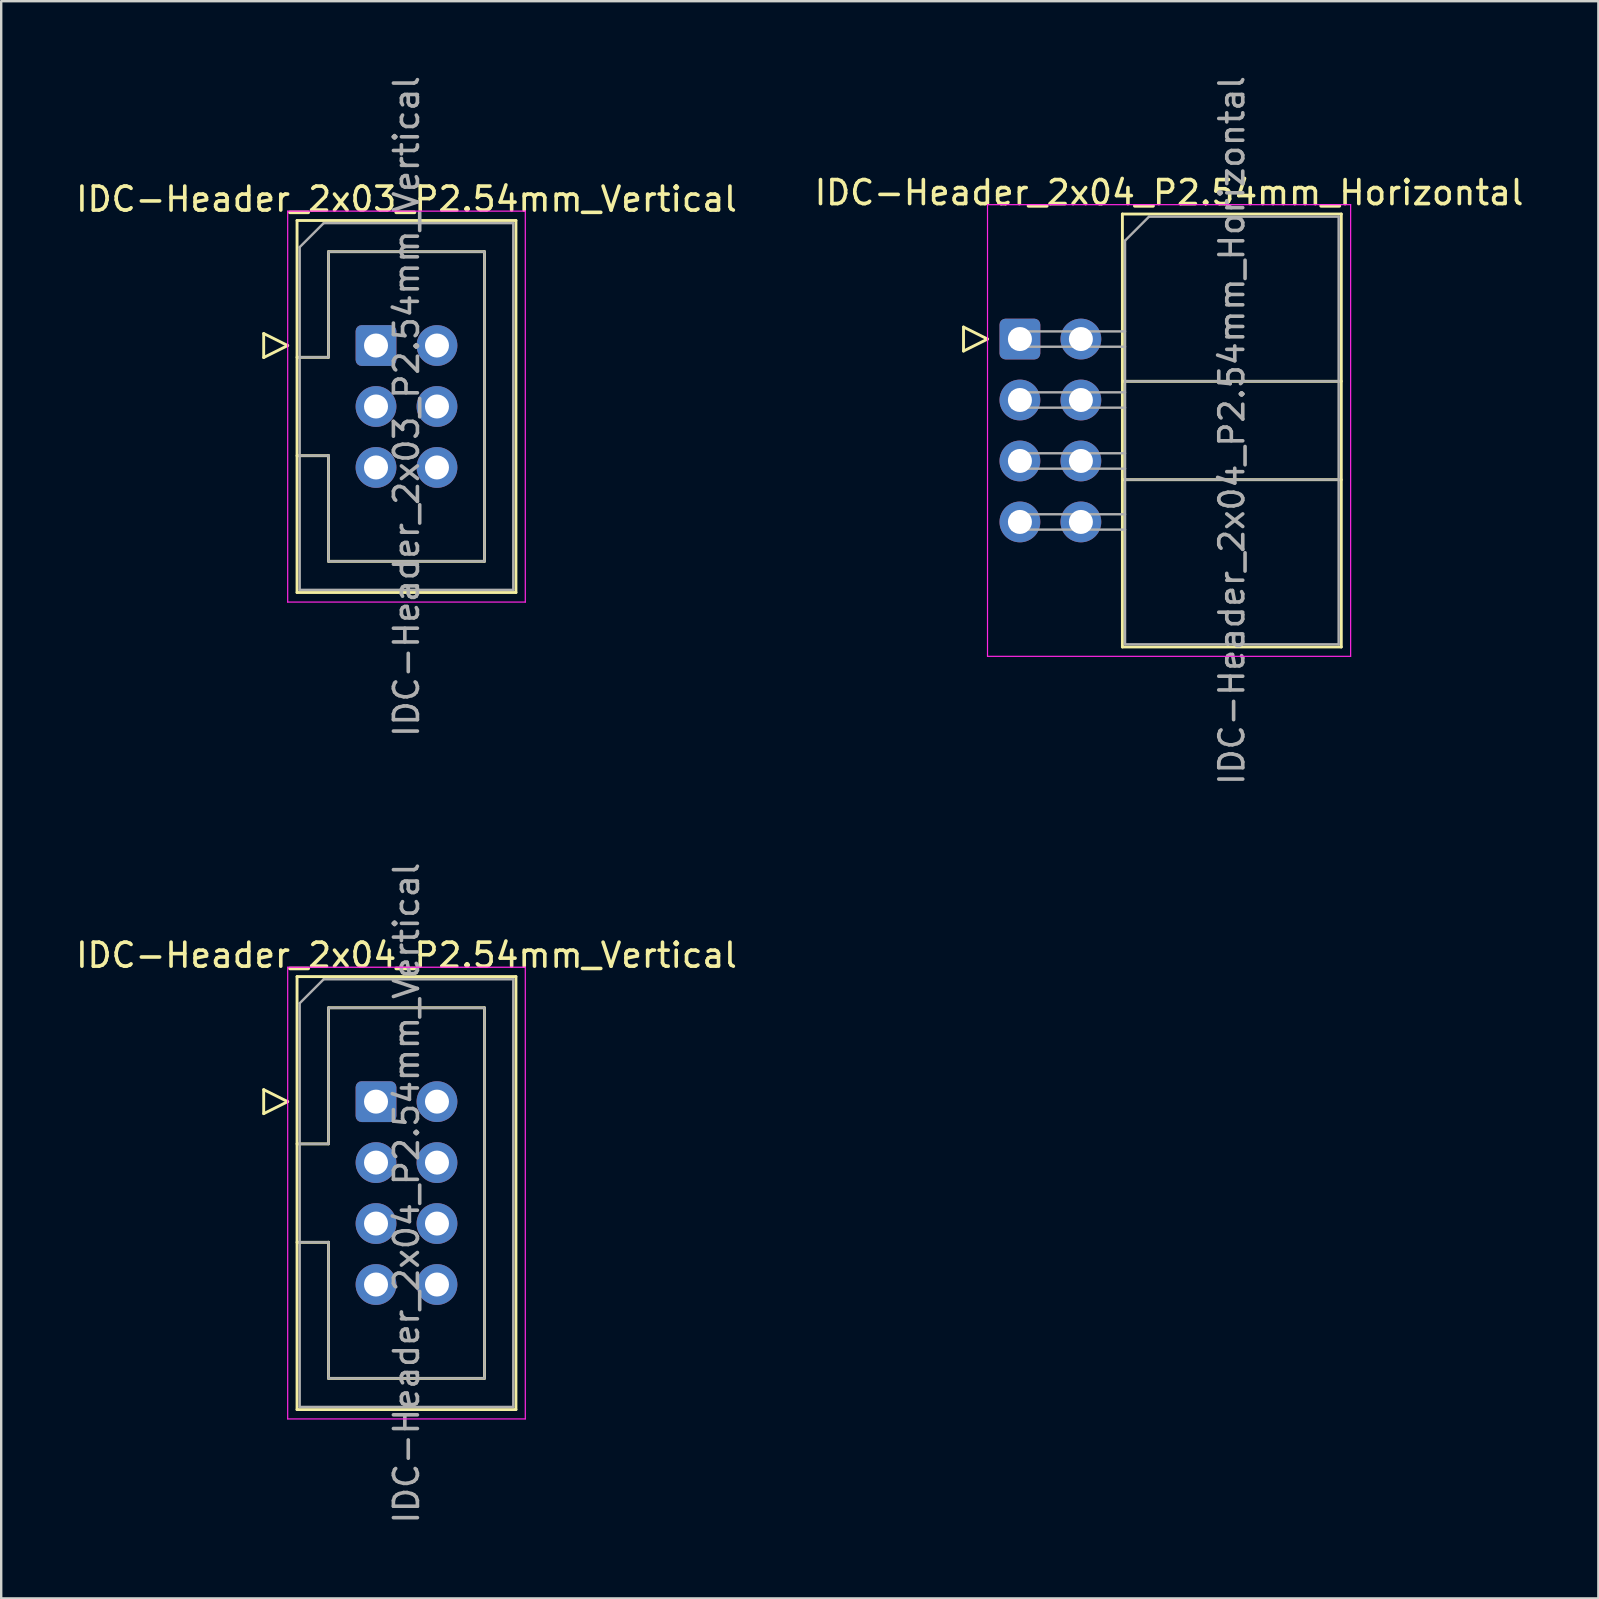
<source format=kicad_pcb>
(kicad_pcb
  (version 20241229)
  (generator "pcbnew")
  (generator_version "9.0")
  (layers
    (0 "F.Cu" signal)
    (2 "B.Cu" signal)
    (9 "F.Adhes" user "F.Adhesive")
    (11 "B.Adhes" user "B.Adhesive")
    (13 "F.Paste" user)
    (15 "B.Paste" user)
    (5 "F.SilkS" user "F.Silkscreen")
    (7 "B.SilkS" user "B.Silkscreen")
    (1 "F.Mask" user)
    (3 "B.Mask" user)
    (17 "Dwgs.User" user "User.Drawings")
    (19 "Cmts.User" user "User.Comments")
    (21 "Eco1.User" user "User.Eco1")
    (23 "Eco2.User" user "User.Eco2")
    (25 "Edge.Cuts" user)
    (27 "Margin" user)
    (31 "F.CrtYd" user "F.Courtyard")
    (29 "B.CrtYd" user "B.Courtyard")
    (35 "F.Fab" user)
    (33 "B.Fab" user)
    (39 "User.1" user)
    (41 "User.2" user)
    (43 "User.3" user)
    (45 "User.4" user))
  (footprint "IDC-Header_2x04_P2.54mm_Horizontal"
    (layer "F.Cu")
    (at 39.446 11.077)
    (property "Reference" "IDC-Header_2x04_P2.54mm_Horizontal" (at 6.215 -6.1 0) (layer "F.SilkS") (effects (font (size 1 1) (thickness 0.15))))
    (attr through_hole)
    (fp_line (start -2.35 -0.5) (end -2.35 0.5) (stroke (width 0.12) (type solid)) (layer "F.SilkS"))
    (fp_line (start -2.35 0.5) (end -1.35 0) (stroke (width 0.12) (type solid)) (layer "F.SilkS"))
    (fp_line (start -1.35 0) (end -2.35 -0.5) (stroke (width 0.12) (type solid)) (layer "F.SilkS"))
    (fp_line (start 4.27 -5.21) (end 13.39 -5.21) (stroke (width 0.12) (type solid)) (layer "F.SilkS"))
    (fp_line (start 4.27 1.76) (end 13.39 1.76) (stroke (width 0.12) (type solid)) (layer "F.SilkS"))
    (fp_line (start 4.27 5.86) (end 13.39 5.86) (stroke (width 0.12) (type solid)) (layer "F.SilkS"))
    (fp_line (start 4.27 12.83) (end 4.27 -5.21) (stroke (width 0.12) (type solid)) (layer "F.SilkS"))
    (fp_line (start 13.39 -5.21) (end 13.39 12.83) (stroke (width 0.12) (type solid)) (layer "F.SilkS"))
    (fp_line (start 13.39 12.83) (end 4.27 12.83) (stroke (width 0.12) (type solid)) (layer "F.SilkS"))
    (fp_line (start -1.35 -5.6) (end -1.35 13.22) (stroke (width 0.05) (type solid)) (layer "F.CrtYd"))
    (fp_line (start -1.35 13.22) (end 13.78 13.22) (stroke (width 0.05) (type solid)) (layer "F.CrtYd"))
    (fp_line (start 13.78 -5.6) (end -1.35 -5.6) (stroke (width 0.05) (type solid)) (layer "F.CrtYd"))
    (fp_line (start 13.78 13.22) (end 13.78 -5.6) (stroke (width 0.05) (type solid)) (layer "F.CrtYd"))
    (fp_line (start -0.32 -0.32) (end -0.32 0.32) (stroke (width 0.1) (type solid)) (layer "F.Fab"))
    (fp_line (start -0.32 0.32) (end 4.38 0.32) (stroke (width 0.1) (type solid)) (layer "F.Fab"))
    (fp_line (start -0.32 2.22) (end -0.32 2.86) (stroke (width 0.1) (type solid)) (layer "F.Fab"))
    (fp_line (start -0.32 2.86) (end 4.38 2.86) (stroke (width 0.1) (type solid)) (layer "F.Fab"))
    (fp_line (start -0.32 4.76) (end -0.32 5.4) (stroke (width 0.1) (type solid)) (layer "F.Fab"))
    (fp_line (start -0.32 5.4) (end 4.38 5.4) (stroke (width 0.1) (type solid)) (layer "F.Fab"))
    (fp_line (start -0.32 7.3) (end -0.32 7.94) (stroke (width 0.1) (type solid)) (layer "F.Fab"))
    (fp_line (start -0.32 7.94) (end 4.38 7.94) (stroke (width 0.1) (type solid)) (layer "F.Fab"))
    (fp_line (start 4.38 -4.1) (end 5.38 -5.1) (stroke (width 0.1) (type solid)) (layer "F.Fab"))
    (fp_line (start 4.38 -0.32) (end -0.32 -0.32) (stroke (width 0.1) (type solid)) (layer "F.Fab"))
    (fp_line (start 4.38 1.76) (end 13.28 1.76) (stroke (width 0.1) (type solid)) (layer "F.Fab"))
    (fp_line (start 4.38 2.22) (end -0.32 2.22) (stroke (width 0.1) (type solid)) (layer "F.Fab"))
    (fp_line (start 4.38 4.76) (end -0.32 4.76) (stroke (width 0.1) (type solid)) (layer "F.Fab"))
    (fp_line (start 4.38 5.86) (end 13.28 5.86) (stroke (width 0.1) (type solid)) (layer "F.Fab"))
    (fp_line (start 4.38 7.3) (end -0.32 7.3) (stroke (width 0.1) (type solid)) (layer "F.Fab"))
    (fp_line (start 4.38 12.72) (end 4.38 -4.1) (stroke (width 0.1) (type solid)) (layer "F.Fab"))
    (fp_line (start 5.38 -5.1) (end 13.28 -5.1) (stroke (width 0.1) (type solid)) (layer "F.Fab"))
    (fp_line (start 13.28 -5.1) (end 13.28 12.72) (stroke (width 0.1) (type solid)) (layer "F.Fab"))
    (fp_line (start 13.28 12.72) (end 4.38 12.72) (stroke (width 0.1) (type solid)) (layer "F.Fab"))
    (fp_text user "${REFERENCE}" (at 8.83 3.81 90) (layer "F.Fab") (effects (font (size 1 1) (thickness 0.15))))
    (pad "1" thru_hole roundrect (at 0 0) (size 1.7 1.7) (drill 1) (layers "*.Cu" "*.Mask") (roundrect_rratio 0.147))
    (pad "2" thru_hole circle (at 2.54 0) (size 1.7 1.7) (drill 1) (layers "*.Cu" "*.Mask"))
    (pad "3" thru_hole circle (at 0 2.54) (size 1.7 1.7) (drill 1) (layers "*.Cu" "*.Mask"))
    (pad "4" thru_hole circle (at 2.54 2.54) (size 1.7 1.7) (drill 1) (layers "*.Cu" "*.Mask"))
    (pad "5" thru_hole circle (at 0 5.08) (size 1.7 1.7) (drill 1) (layers "*.Cu" "*.Mask"))
    (pad "6" thru_hole circle (at 2.54 5.08) (size 1.7 1.7) (drill 1) (layers "*.Cu" "*.Mask"))
    (pad "7" thru_hole circle (at 0 7.62) (size 1.7 1.7) (drill 1) (layers "*.Cu" "*.Mask"))
    (pad "8" thru_hole circle (at 2.54 7.62) (size 1.7 1.7) (drill 1) (layers "*.Cu" "*.Mask")))
  (footprint "IDC-Header_2x04_P2.54mm_Vertical"
    (layer "F.Cu")
    (at 12.617 42.851)
    (property "Reference" "IDC-Header_2x04_P2.54mm_Vertical" (at 1.27 -6.1 0) (layer "F.SilkS") (effects (font (size 1 1) (thickness 0.15))))
    (attr through_hole)
    (fp_line (start -4.68 -0.5) (end -4.68 0.5) (stroke (width 0.12) (type solid)) (layer "F.SilkS"))
    (fp_line (start -4.68 0.5) (end -3.68 0) (stroke (width 0.12) (type solid)) (layer "F.SilkS"))
    (fp_line (start -3.68 0) (end -4.68 -0.5) (stroke (width 0.12) (type solid)) (layer "F.SilkS"))
    (fp_line (start -3.29 -5.21) (end 5.83 -5.21) (stroke (width 0.12) (type solid)) (layer "F.SilkS"))
    (fp_line (start -3.29 1.76) (end -1.98 1.76) (stroke (width 0.12) (type solid)) (layer "F.SilkS"))
    (fp_line (start -3.29 12.83) (end -3.29 -5.21) (stroke (width 0.12) (type solid)) (layer "F.SilkS"))
    (fp_line (start -1.98 -3.91) (end 4.52 -3.91) (stroke (width 0.12) (type solid)) (layer "F.SilkS"))
    (fp_line (start -1.98 1.76) (end -1.98 -3.91) (stroke (width 0.12) (type solid)) (layer "F.SilkS"))
    (fp_line (start -1.98 5.86) (end -3.29 5.86) (stroke (width 0.12) (type solid)) (layer "F.SilkS"))
    (fp_line (start -1.98 5.86) (end -1.98 5.86) (stroke (width 0.12) (type solid)) (layer "F.SilkS"))
    (fp_line (start -1.98 11.53) (end -1.98 5.86) (stroke (width 0.12) (type solid)) (layer "F.SilkS"))
    (fp_line (start 4.52 -3.91) (end 4.52 11.53) (stroke (width 0.12) (type solid)) (layer "F.SilkS"))
    (fp_line (start 4.52 11.53) (end -1.98 11.53) (stroke (width 0.12) (type solid)) (layer "F.SilkS"))
    (fp_line (start 5.83 -5.21) (end 5.83 12.83) (stroke (width 0.12) (type solid)) (layer "F.SilkS"))
    (fp_line (start 5.83 12.83) (end -3.29 12.83) (stroke (width 0.12) (type solid)) (layer "F.SilkS"))
    (fp_line (start -3.68 -5.6) (end -3.68 13.22) (stroke (width 0.05) (type solid)) (layer "F.CrtYd"))
    (fp_line (start -3.68 13.22) (end 6.22 13.22) (stroke (width 0.05) (type solid)) (layer "F.CrtYd"))
    (fp_line (start 6.22 -5.6) (end -3.68 -5.6) (stroke (width 0.05) (type solid)) (layer "F.CrtYd"))
    (fp_line (start 6.22 13.22) (end 6.22 -5.6) (stroke (width 0.05) (type solid)) (layer "F.CrtYd"))
    (fp_line (start -3.18 -4.1) (end -2.18 -5.1) (stroke (width 0.1) (type solid)) (layer "F.Fab"))
    (fp_line (start -3.18 1.76) (end -1.98 1.76) (stroke (width 0.1) (type solid)) (layer "F.Fab"))
    (fp_line (start -3.18 12.72) (end -3.18 -4.1) (stroke (width 0.1) (type solid)) (layer "F.Fab"))
    (fp_line (start -2.18 -5.1) (end 5.72 -5.1) (stroke (width 0.1) (type solid)) (layer "F.Fab"))
    (fp_line (start -1.98 -3.91) (end 4.52 -3.91) (stroke (width 0.1) (type solid)) (layer "F.Fab"))
    (fp_line (start -1.98 1.76) (end -1.98 -3.91) (stroke (width 0.1) (type solid)) (layer "F.Fab"))
    (fp_line (start -1.98 5.86) (end -3.18 5.86) (stroke (width 0.1) (type solid)) (layer "F.Fab"))
    (fp_line (start -1.98 5.86) (end -1.98 5.86) (stroke (width 0.1) (type solid)) (layer "F.Fab"))
    (fp_line (start -1.98 11.53) (end -1.98 5.86) (stroke (width 0.1) (type solid)) (layer "F.Fab"))
    (fp_line (start 4.52 -3.91) (end 4.52 11.53) (stroke (width 0.1) (type solid)) (layer "F.Fab"))
    (fp_line (start 4.52 11.53) (end -1.98 11.53) (stroke (width 0.1) (type solid)) (layer "F.Fab"))
    (fp_line (start 5.72 -5.1) (end 5.72 12.72) (stroke (width 0.1) (type solid)) (layer "F.Fab"))
    (fp_line (start 5.72 12.72) (end -3.18 12.72) (stroke (width 0.1) (type solid)) (layer "F.Fab"))
    (fp_text user "${REFERENCE}" (at 1.27 3.81 90) (layer "F.Fab") (effects (font (size 1 1) (thickness 0.15))))
    (pad "1" thru_hole roundrect (at 0 0) (size 1.7 1.7) (drill 1) (layers "*.Cu" "*.Mask") (roundrect_rratio 0.147))
    (pad "2" thru_hole circle (at 2.54 0) (size 1.7 1.7) (drill 1) (layers "*.Cu" "*.Mask"))
    (pad "3" thru_hole circle (at 0 2.54) (size 1.7 1.7) (drill 1) (layers "*.Cu" "*.Mask"))
    (pad "4" thru_hole circle (at 2.54 2.54) (size 1.7 1.7) (drill 1) (layers "*.Cu" "*.Mask"))
    (pad "5" thru_hole circle (at 0 5.08) (size 1.7 1.7) (drill 1) (layers "*.Cu" "*.Mask"))
    (pad "6" thru_hole circle (at 2.54 5.08) (size 1.7 1.7) (drill 1) (layers "*.Cu" "*.Mask"))
    (pad "7" thru_hole circle (at 0 7.62) (size 1.7 1.7) (drill 1) (layers "*.Cu" "*.Mask"))
    (pad "8" thru_hole circle (at 2.54 7.62) (size 1.7 1.7) (drill 1) (layers "*.Cu" "*.Mask")))
  (footprint "IDC-Header_2x03_P2.54mm_Vertical"
    (layer "F.Cu")
    (at 12.617 11.347)
    (property "Reference" "IDC-Header_2x03_P2.54mm_Vertical" (at 1.27 -6.1 0) (layer "F.SilkS") (effects (font (size 1 1) (thickness 0.15))))
    (attr through_hole)
    (fp_line (start -4.68 -0.5) (end -4.68 0.5) (stroke (width 0.12) (type solid)) (layer "F.SilkS"))
    (fp_line (start -4.68 0.5) (end -3.68 0) (stroke (width 0.12) (type solid)) (layer "F.SilkS"))
    (fp_line (start -3.68 0) (end -4.68 -0.5) (stroke (width 0.12) (type solid)) (layer "F.SilkS"))
    (fp_line (start -3.29 -5.21) (end 5.83 -5.21) (stroke (width 0.12) (type solid)) (layer "F.SilkS"))
    (fp_line (start -3.29 0.49) (end -1.98 0.49) (stroke (width 0.12) (type solid)) (layer "F.SilkS"))
    (fp_line (start -3.29 10.29) (end -3.29 -5.21) (stroke (width 0.12) (type solid)) (layer "F.SilkS"))
    (fp_line (start -1.98 -3.91) (end 4.52 -3.91) (stroke (width 0.12) (type solid)) (layer "F.SilkS"))
    (fp_line (start -1.98 0.49) (end -1.98 -3.91) (stroke (width 0.12) (type solid)) (layer "F.SilkS"))
    (fp_line (start -1.98 4.59) (end -3.29 4.59) (stroke (width 0.12) (type solid)) (layer "F.SilkS"))
    (fp_line (start -1.98 4.59) (end -1.98 4.59) (stroke (width 0.12) (type solid)) (layer "F.SilkS"))
    (fp_line (start -1.98 8.99) (end -1.98 4.59) (stroke (width 0.12) (type solid)) (layer "F.SilkS"))
    (fp_line (start 4.52 -3.91) (end 4.52 8.99) (stroke (width 0.12) (type solid)) (layer "F.SilkS"))
    (fp_line (start 4.52 8.99) (end -1.98 8.99) (stroke (width 0.12) (type solid)) (layer "F.SilkS"))
    (fp_line (start 5.83 -5.21) (end 5.83 10.29) (stroke (width 0.12) (type solid)) (layer "F.SilkS"))
    (fp_line (start 5.83 10.29) (end -3.29 10.29) (stroke (width 0.12) (type solid)) (layer "F.SilkS"))
    (fp_line (start -3.68 -5.6) (end -3.68 10.69) (stroke (width 0.05) (type solid)) (layer "F.CrtYd"))
    (fp_line (start -3.68 10.69) (end 6.22 10.69) (stroke (width 0.05) (type solid)) (layer "F.CrtYd"))
    (fp_line (start 6.22 -5.6) (end -3.68 -5.6) (stroke (width 0.05) (type solid)) (layer "F.CrtYd"))
    (fp_line (start 6.22 10.69) (end 6.22 -5.6) (stroke (width 0.05) (type solid)) (layer "F.CrtYd"))
    (fp_line (start -3.18 -4.1) (end -2.18 -5.1) (stroke (width 0.1) (type solid)) (layer "F.Fab"))
    (fp_line (start -3.18 0.49) (end -1.98 0.49) (stroke (width 0.1) (type solid)) (layer "F.Fab"))
    (fp_line (start -3.18 10.18) (end -3.18 -4.1) (stroke (width 0.1) (type solid)) (layer "F.Fab"))
    (fp_line (start -2.18 -5.1) (end 5.72 -5.1) (stroke (width 0.1) (type solid)) (layer "F.Fab"))
    (fp_line (start -1.98 -3.91) (end 4.52 -3.91) (stroke (width 0.1) (type solid)) (layer "F.Fab"))
    (fp_line (start -1.98 0.49) (end -1.98 -3.91) (stroke (width 0.1) (type solid)) (layer "F.Fab"))
    (fp_line (start -1.98 4.59) (end -3.18 4.59) (stroke (width 0.1) (type solid)) (layer "F.Fab"))
    (fp_line (start -1.98 4.59) (end -1.98 4.59) (stroke (width 0.1) (type solid)) (layer "F.Fab"))
    (fp_line (start -1.98 8.99) (end -1.98 4.59) (stroke (width 0.1) (type solid)) (layer "F.Fab"))
    (fp_line (start 4.52 -3.91) (end 4.52 8.99) (stroke (width 0.1) (type solid)) (layer "F.Fab"))
    (fp_line (start 4.52 8.99) (end -1.98 8.99) (stroke (width 0.1) (type solid)) (layer "F.Fab"))
    (fp_line (start 5.72 -5.1) (end 5.72 10.18) (stroke (width 0.1) (type solid)) (layer "F.Fab"))
    (fp_line (start 5.72 10.18) (end -3.18 10.18) (stroke (width 0.1) (type solid)) (layer "F.Fab"))
    (fp_text user "${REFERENCE}" (at 1.27 2.54 90) (layer "F.Fab") (effects (font (size 1 1) (thickness 0.15))))
    (pad "1" thru_hole roundrect (at 0 0) (size 1.7 1.7) (drill 1) (layers "*.Cu" "*.Mask") (roundrect_rratio 0.147))
    (pad "2" thru_hole circle (at 2.54 0) (size 1.7 1.7) (drill 1) (layers "*.Cu" "*.Mask"))
    (pad "3" thru_hole circle (at 0 2.54) (size 1.7 1.7) (drill 1) (layers "*.Cu" "*.Mask"))
    (pad "4" thru_hole circle (at 2.54 2.54) (size 1.7 1.7) (drill 1) (layers "*.Cu" "*.Mask"))
    (pad "5" thru_hole circle (at 0 5.08) (size 1.7 1.7) (drill 1) (layers "*.Cu" "*.Mask"))
    (pad "6" thru_hole circle (at 2.54 5.08) (size 1.7 1.7) (drill 1) (layers "*.Cu" "*.Mask")))
  (gr_rect
    (start -3 -3)
    (end 63.548 63.548)
    (stroke (width 0.1) (type default))
    (fill no)
    (layer "Edge.Cuts")))
</source>
